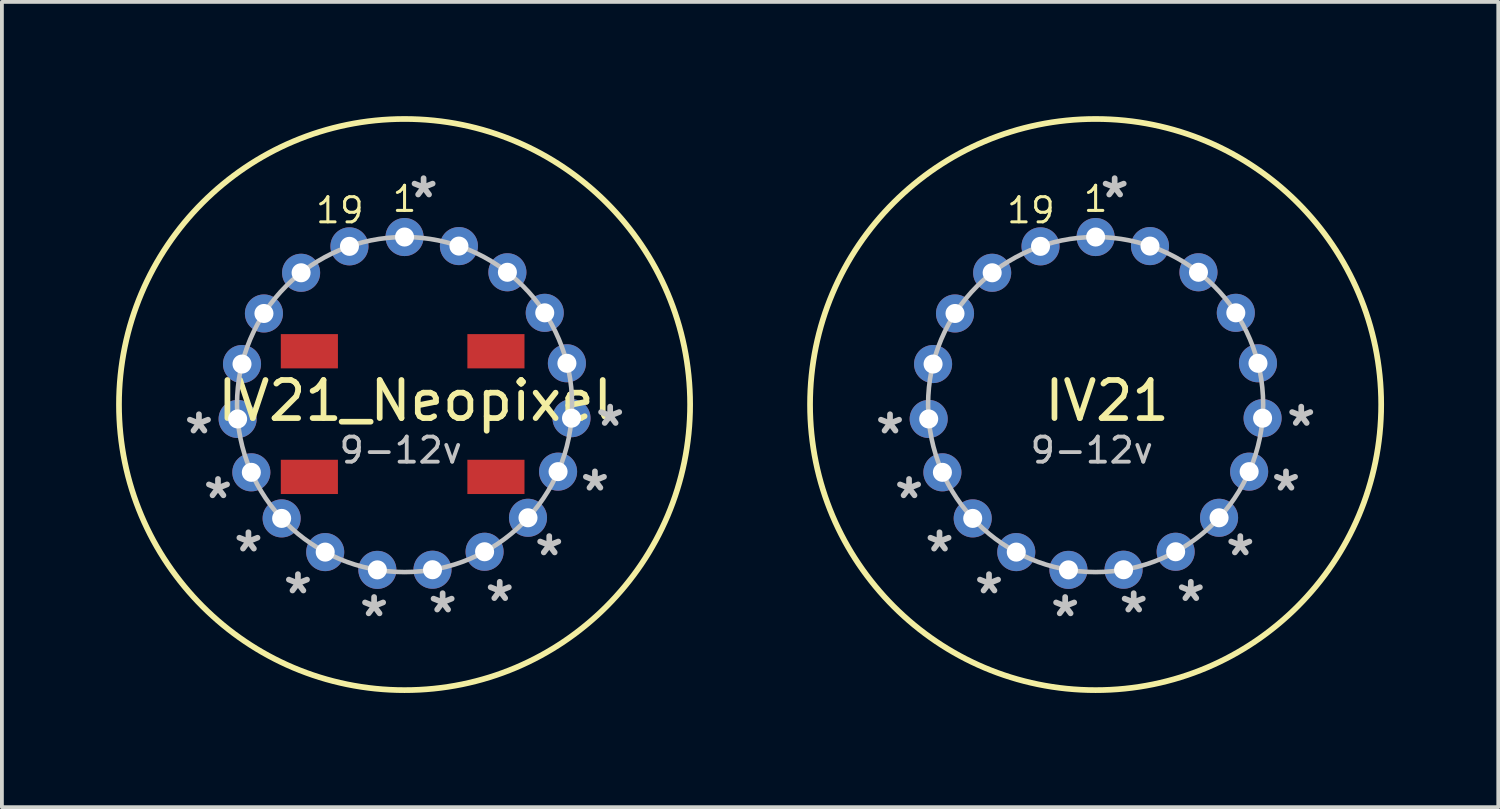
<source format=kicad_pcb>
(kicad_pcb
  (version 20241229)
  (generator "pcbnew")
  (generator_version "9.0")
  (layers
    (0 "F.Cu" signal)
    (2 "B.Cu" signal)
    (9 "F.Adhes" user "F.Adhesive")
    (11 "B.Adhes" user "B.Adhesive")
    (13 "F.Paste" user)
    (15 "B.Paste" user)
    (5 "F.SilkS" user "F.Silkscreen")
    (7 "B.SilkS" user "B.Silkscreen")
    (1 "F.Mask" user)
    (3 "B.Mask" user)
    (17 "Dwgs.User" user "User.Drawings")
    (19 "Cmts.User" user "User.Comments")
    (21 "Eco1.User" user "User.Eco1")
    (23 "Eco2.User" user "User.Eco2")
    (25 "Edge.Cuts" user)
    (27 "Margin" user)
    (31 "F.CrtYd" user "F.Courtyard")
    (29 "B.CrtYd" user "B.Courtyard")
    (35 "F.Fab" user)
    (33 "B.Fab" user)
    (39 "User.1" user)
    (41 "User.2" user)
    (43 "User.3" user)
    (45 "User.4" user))
  (footprint "IV21_Neopixel"
    (layer "F.Cu")
    (at 7.575 7.575)
    (property "Reference" "IV21_Neopixel" (at 0.3 -0.1 0) (layer "F.SilkS") (effects (font (size 1 1) (thickness 0.15))))
    (attr through_hole)
    (fp_circle (center 0 0) (end 7.5 0) (stroke (width 0.15) (type solid)) (fill no) (layer "F.SilkS"))
    (fp_circle (center 0 0) (end 4.4 0) (stroke (width 0.12) (type solid)) (fill no) (layer "Dwgs.User"))
    (fp_text user "1" (at 0 -5.4 0) (layer "F.SilkS") (effects (font (size 0.66 0.66) (thickness 0.08))))
    (fp_text user "19" (at -1.7 -5.1 0) (layer "F.SilkS") (effects (font (size 0.66 0.66) (thickness 0.08))))
    (fp_text user "*" (at 2.5 5.2 0) (layer "Dwgs.User") (effects (font (size 1 1) (thickness 0.15))))
    (fp_text user "*" (at -0.8 5.6 0) (layer "Dwgs.User") (effects (font (size 1 1) (thickness 0.15))))
    (fp_text user "*" (at -4.9 2.5 0) (layer "Dwgs.User") (effects (font (size 1 1) (thickness 0.15))))
    (fp_text user "*" (at -5.4 0.8 0) (layer "Dwgs.User") (effects (font (size 1 1) (thickness 0.15))))
    (fp_text user "*" (at 3.8 4 0) (layer "Dwgs.User") (effects (font (size 1 1) (thickness 0.15))))
    (fp_text user "*" (at 5 2.3 0) (layer "Dwgs.User") (effects (font (size 1 1) (thickness 0.15))))
    (fp_text user "*" (at 1 5.5 0) (layer "Dwgs.User") (effects (font (size 1 1) (thickness 0.15))))
    (fp_text user "9-12v" (at -0.1 1.2 0) (layer "Dwgs.User") (effects (font (size 0.66 0.66) (thickness 0.1))))
    (fp_text user "*" (at 0.5 -5.4 0) (layer "Dwgs.User") (effects (font (size 1 1) (thickness 0.15))))
    (fp_text user "*" (at -2.8 5 0) (layer "Dwgs.User") (effects (font (size 1 1) (thickness 0.15))))
    (fp_text user "*" (at 5.4 0.6 0) (layer "Dwgs.User") (effects (font (size 1 1) (thickness 0.15))))
    (fp_text user "*" (at -4.1 3.9 0) (layer "Dwgs.User") (effects (font (size 1 1) (thickness 0.15))))
    (pad "1" thru_hole circle (at 0 -4.4) (size 1 1) (drill 0.5) (layers "*.Cu" "*.Mask"))
    (pad "2" thru_hole circle (at 1.428 -4.162) (size 1 1) (drill 0.5) (layers "*.Cu" "*.Mask"))
    (pad "3" thru_hole circle (at 2.701 -3.474) (size 1 1) (drill 0.5) (layers "*.Cu" "*.Mask"))
    (pad "4" thru_hole circle (at 3.682 -2.409) (size 1 1) (drill 0.5) (layers "*.Cu" "*.Mask"))
    (pad "5" thru_hole circle (at 4.264 -1.084) (size 1 1) (drill 0.5) (layers "*.Cu" "*.Mask"))
    (pad "6" thru_hole circle (at 4.385 0.358) (size 1 1) (drill 0.5) (layers "*.Cu" "*.Mask"))
    (pad "7" thru_hole circle (at 4.032 1.762) (size 1 1) (drill 0.5) (layers "*.Cu" "*.Mask"))
    (pad "8" thru_hole circle (at 3.242 2.974) (size 1 1) (drill 0.5) (layers "*.Cu" "*.Mask"))
    (pad "9" thru_hole circle (at 2.102 3.866) (size 1 1) (drill 0.5) (layers "*.Cu" "*.Mask"))
    (pad "10" thru_hole circle (at 0.734 4.338) (size 1 1) (drill 0.5) (layers "*.Cu" "*.Mask"))
    (pad "11" thru_hole circle (at -0.714 4.342) (size 1 1) (drill 0.5) (layers "*.Cu" "*.Mask"))
    (pad "12" thru_hole circle (at -2.084 3.875) (size 1 1) (drill 0.5) (layers "*.Cu" "*.Mask"))
    (pad "13" thru_hole circle (at -3.228 2.99) (size 1 1) (drill 0.5) (layers "*.Cu" "*.Mask"))
    (pad "14" thru_hole circle (at -4.024 1.78) (size 1 1) (drill 0.5) (layers "*.Cu" "*.Mask"))
    (pad "15" thru_hole circle (at -4.384 0.378) (size 1 1) (drill 0.5) (layers "*.Cu" "*.Mask"))
    (pad "16" thru_hole circle (at -4.269 -1.064) (size 1 1) (drill 0.5) (layers "*.Cu" "*.Mask"))
    (pad "17" thru_hole circle (at -3.693 -2.392) (size 1 1) (drill 0.5) (layers "*.Cu" "*.Mask"))
    (pad "18" thru_hole circle (at -2.717 -3.461) (size 1 1) (drill 0.5) (layers "*.Cu" "*.Mask"))
    (pad "19" thru_hole circle (at -1.447 -4.155) (size 1 1) (drill 0.5) (layers "*.Cu" "*.Mask"))
    (pad "20" smd rect (at -2.5 -1.4) (size 1.5 0.9) (layers "F.Cu" "F.Mask" "F.Paste"))
    (pad "21" smd rect (at 2.4 -1.4) (size 1.5 0.9) (layers "F.Cu" "F.Mask" "F.Paste"))
    (pad "22" smd rect (at -2.5 1.9) (size 1.5 0.9) (layers "F.Cu" "F.Mask" "F.Paste"))
    (pad "23" smd rect (at 2.4 1.9) (size 1.5 0.9) (layers "F.Cu" "F.Mask" "F.Paste")))
  (footprint "IV21"
    (layer "F.Cu")
    (at 25.725 7.575)
    (property "Reference" "IV21" (at 0.3 -0.1 0) (layer "F.SilkS") (effects (font (size 1 1) (thickness 0.15))))
    (attr through_hole)
    (fp_circle (center 0 0) (end 7.5 0) (stroke (width 0.15) (type solid)) (fill no) (layer "F.SilkS"))
    (fp_circle (center 0 0) (end 4.4 0) (stroke (width 0.12) (type solid)) (fill no) (layer "Dwgs.User"))
    (fp_text user "19" (at -1.7 -5.1 0) (layer "F.SilkS") (effects (font (size 0.66 0.66) (thickness 0.08))))
    (fp_text user "1" (at 0 -5.4 0) (layer "F.SilkS") (effects (font (size 0.66 0.66) (thickness 0.08))))
    (fp_text user "*" (at 1 5.5 0) (layer "Dwgs.User") (effects (font (size 1 1) (thickness 0.15))))
    (fp_text user "*" (at -4.9 2.5 0) (layer "Dwgs.User") (effects (font (size 1 1) (thickness 0.15))))
    (fp_text user "9-12v" (at -0.1 1.2 0) (layer "Dwgs.User") (effects (font (size 0.66 0.66) (thickness 0.1))))
    (fp_text user "*" (at -5.4 0.8 0) (layer "Dwgs.User") (effects (font (size 1 1) (thickness 0.15))))
    (fp_text user "*" (at 2.5 5.2 0) (layer "Dwgs.User") (effects (font (size 1 1) (thickness 0.15))))
    (fp_text user "*" (at -0.8 5.6 0) (layer "Dwgs.User") (effects (font (size 1 1) (thickness 0.15))))
    (fp_text user "*" (at 5.4 0.6 0) (layer "Dwgs.User") (effects (font (size 1 1) (thickness 0.15))))
    (fp_text user "*" (at 5 2.3 0) (layer "Dwgs.User") (effects (font (size 1 1) (thickness 0.15))))
    (fp_text user "*" (at -4.1 3.9 0) (layer "Dwgs.User") (effects (font (size 1 1) (thickness 0.15))))
    (fp_text user "*" (at 0.5 -5.4 0) (layer "Dwgs.User") (effects (font (size 1 1) (thickness 0.15))))
    (fp_text user "*" (at 3.8 4 0) (layer "Dwgs.User") (effects (font (size 1 1) (thickness 0.15))))
    (fp_text user "*" (at -2.8 5 0) (layer "Dwgs.User") (effects (font (size 1 1) (thickness 0.15))))
    (pad "1" thru_hole circle (at 0 -4.4) (size 1 1) (drill 0.5) (layers "*.Cu" "*.Mask"))
    (pad "2" thru_hole circle (at 1.428 -4.162) (size 1 1) (drill 0.5) (layers "*.Cu" "*.Mask"))
    (pad "3" thru_hole circle (at 2.701 -3.474) (size 1 1) (drill 0.5) (layers "*.Cu" "*.Mask"))
    (pad "4" thru_hole circle (at 3.682 -2.409) (size 1 1) (drill 0.5) (layers "*.Cu" "*.Mask"))
    (pad "5" thru_hole circle (at 4.264 -1.084) (size 1 1) (drill 0.5) (layers "*.Cu" "*.Mask"))
    (pad "6" thru_hole circle (at 4.385 0.358) (size 1 1) (drill 0.5) (layers "*.Cu" "*.Mask"))
    (pad "7" thru_hole circle (at 4.032 1.762) (size 1 1) (drill 0.5) (layers "*.Cu" "*.Mask"))
    (pad "8" thru_hole circle (at 3.242 2.974) (size 1 1) (drill 0.5) (layers "*.Cu" "*.Mask"))
    (pad "9" thru_hole circle (at 2.102 3.866) (size 1 1) (drill 0.5) (layers "*.Cu" "*.Mask"))
    (pad "10" thru_hole circle (at 0.734 4.338) (size 1 1) (drill 0.5) (layers "*.Cu" "*.Mask"))
    (pad "11" thru_hole circle (at -0.714 4.342) (size 1 1) (drill 0.5) (layers "*.Cu" "*.Mask"))
    (pad "12" thru_hole circle (at -2.084 3.875) (size 1 1) (drill 0.5) (layers "*.Cu" "*.Mask"))
    (pad "13" thru_hole circle (at -3.228 2.99) (size 1 1) (drill 0.5) (layers "*.Cu" "*.Mask"))
    (pad "14" thru_hole circle (at -4.024 1.78) (size 1 1) (drill 0.5) (layers "*.Cu" "*.Mask"))
    (pad "15" thru_hole circle (at -4.384 0.378) (size 1 1) (drill 0.5) (layers "*.Cu" "*.Mask"))
    (pad "16" thru_hole circle (at -4.269 -1.064) (size 1 1) (drill 0.5) (layers "*.Cu" "*.Mask"))
    (pad "17" thru_hole circle (at -3.693 -2.392) (size 1 1) (drill 0.5) (layers "*.Cu" "*.Mask"))
    (pad "18" thru_hole circle (at -2.717 -3.461) (size 1 1) (drill 0.5) (layers "*.Cu" "*.Mask"))
    (pad "19" thru_hole circle (at -1.447 -4.155) (size 1 1) (drill 0.5) (layers "*.Cu" "*.Mask")))
  (gr_rect
    (start -3 -3)
    (end 36.3 18.15)
    (stroke (width 0.1) (type default))
    (fill no)
    (layer "Edge.Cuts")))
</source>
